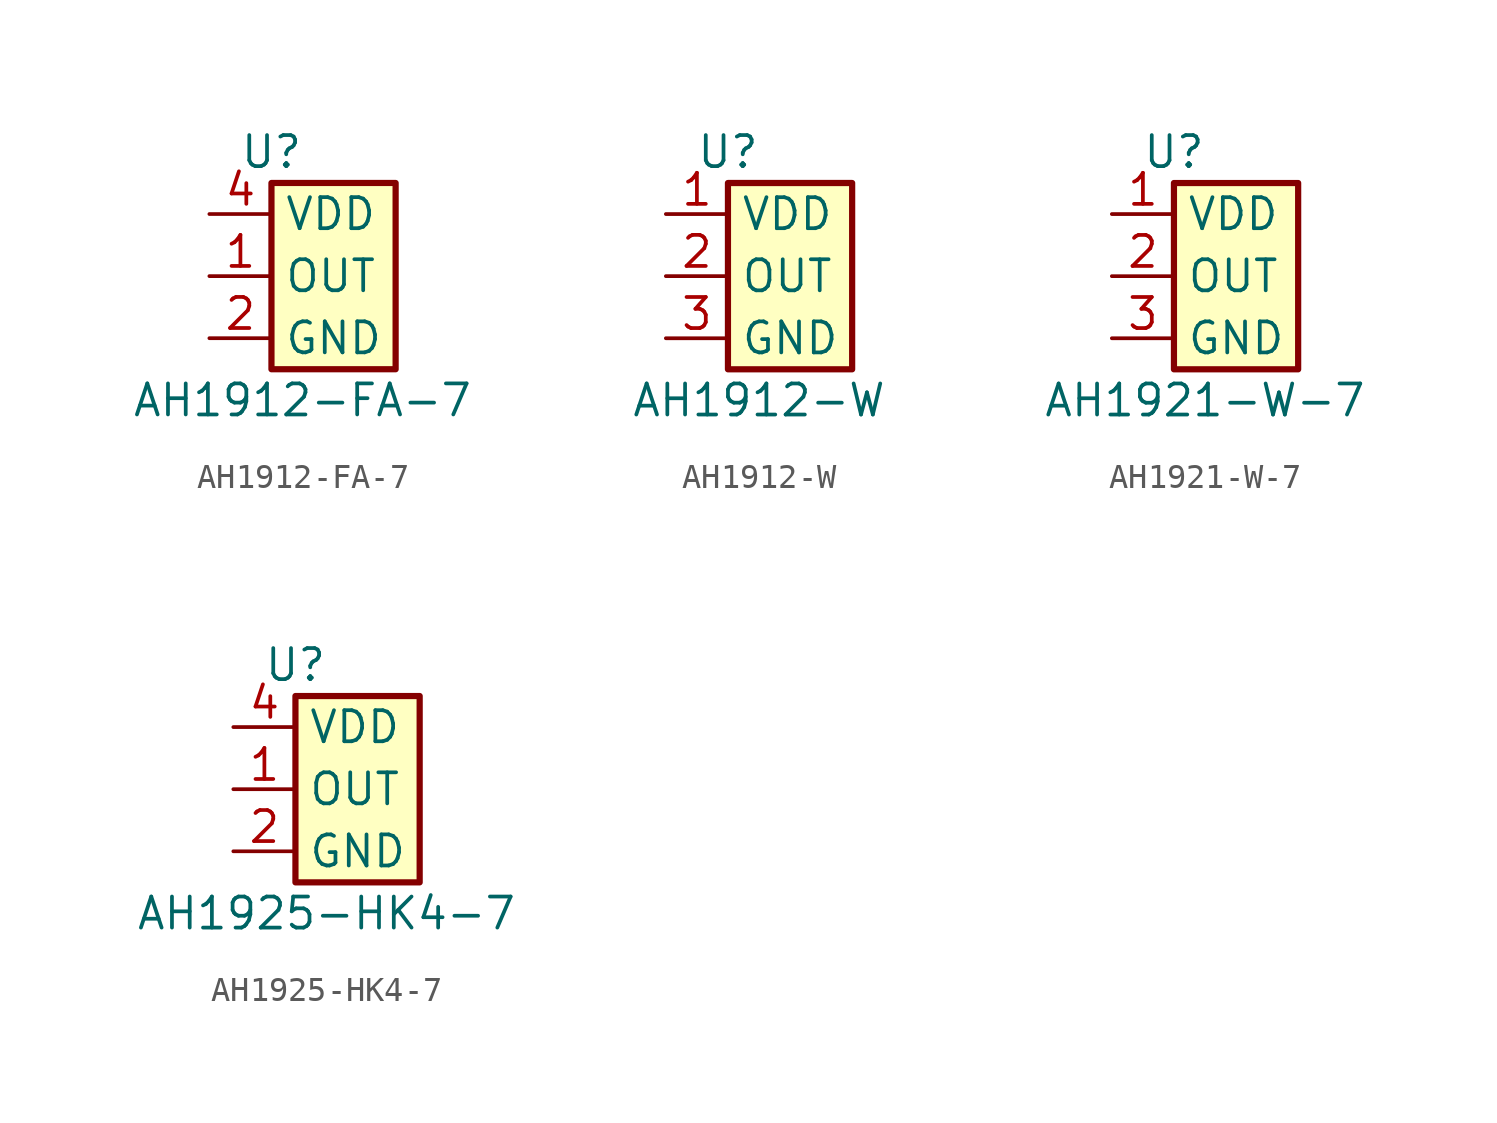
<source format=kicad_sym>
(kicad_symbol_lib
  (version 20220914)
  (generator kicad_symbol_editor)
  (symbol "AH1912-FA-7"
    (property "Reference" "U"
      (at -2.54 5.08 0)
      (effects (font (size 1.27 1.27))))
    (property "Value" "AH1912-FA-7"
      (at -1.27 -5.08 0)
      (effects (font (size 1.27 1.27))))
    (symbol "AH1912-FA-7_0_1"
      (rectangle (start -2.54 3.81) (end 2.54 -3.81) (stroke (width 0.254) (type default)) (fill (type background))))
    (symbol "AH1912-FA-7_1_1"
      (pin output line (at -5.08 0 0) (length 2.54) (name "OUT" (effects (font (size 1.27 1.27)))) (number "1" (effects (font (size 1.27 1.27)))))
      (pin power_in line (at -5.08 -2.54 0) (length 2.54) (name "GND" (effects (font (size 1.27 1.27)))) (number "2" (effects (font (size 1.27 1.27)))))
      (pin no_connect line (at -1.27 -1.27 0) (length 2.54) hide (name "NC" (effects (font (size 1.27 1.27)))) (number "3" (effects (font (size 1.27 1.27)))))
      (pin power_in line (at -5.08 2.54 0) (length 2.54) (name "VDD" (effects (font (size 1.27 1.27)))) (number "4" (effects (font (size 1.27 1.27)))))
      (pin no_connect line (at -1.27 1.27 0) (length 2.54) hide (name "EP" (effects (font (size 1.27 1.27)))) (number "5" (effects (font (size 1.27 1.27)))))))
  (symbol "AH1912-W"
    (property "Reference" "U"
      (at -2.54 5.08 0)
      (effects (font (size 1.27 1.27))))
    (property "Value" "AH1912-W"
      (at -1.27 -5.08 0)
      (effects (font (size 1.27 1.27))))
    (symbol "AH1912-W_0_1"
      (rectangle (start -2.54 3.81) (end 2.54 -3.81) (stroke (width 0.254) (type default)) (fill (type background))))
    (symbol "AH1912-W_1_1"
      (pin power_in line (at -5.08 2.54 0) (length 2.54) (name "VDD" (effects (font (size 1.27 1.27)))) (number "1" (effects (font (size 1.27 1.27)))))
      (pin output line (at -5.08 0 0) (length 2.54) (name "OUT" (effects (font (size 1.27 1.27)))) (number "2" (effects (font (size 1.27 1.27)))))
      (pin power_in line (at -5.08 -2.54 0) (length 2.54) (name "GND" (effects (font (size 1.27 1.27)))) (number "3" (effects (font (size 1.27 1.27)))))))
  (symbol "AH1921-W-7"
    (property "Reference" "U"
      (at -2.54 5.08 0)
      (effects (font (size 1.27 1.27))))
    (property "Value" "AH1921-W-7"
      (at -1.27 -5.08 0)
      (effects (font (size 1.27 1.27))))
    (symbol "AH1921-W-7_0_1"
      (rectangle (start -2.54 3.81) (end 2.54 -3.81) (stroke (width 0.254) (type default)) (fill (type background))))
    (symbol "AH1921-W-7_1_1"
      (pin power_in line (at -5.08 2.54 0) (length 2.54) (name "VDD" (effects (font (size 1.27 1.27)))) (number "1" (effects (font (size 1.27 1.27)))))
      (pin open_collector line (at -5.08 0 0) (length 2.54) (name "OUT" (effects (font (size 1.27 1.27)))) (number "2" (effects (font (size 1.27 1.27)))))
      (pin power_in line (at -5.08 -2.54 0) (length 2.54) (name "GND" (effects (font (size 1.27 1.27)))) (number "3" (effects (font (size 1.27 1.27)))))))
  (symbol "AH1925-HK4-7"
    (property "Reference" "U"
      (at -2.54 5.08 0)
      (effects (font (size 1.27 1.27))))
    (property "Value" "AH1925-HK4-7"
      (at -1.27 -5.08 0)
      (effects (font (size 1.27 1.27))))
    (symbol "AH1925-HK4-7_0_1"
      (rectangle (start -2.54 3.81) (end 2.54 -3.81) (stroke (width 0.254) (type default)) (fill (type background))))
    (symbol "AH1925-HK4-7_1_1"
      (pin open_collector line (at -5.08 0 0) (length 2.54) (name "OUT" (effects (font (size 1.27 1.27)))) (number "1" (effects (font (size 1.27 1.27)))))
      (pin power_in line (at -5.08 -2.54 0) (length 2.54) (name "GND" (effects (font (size 1.27 1.27)))) (number "2" (effects (font (size 1.27 1.27)))))
      (pin no_connect line (at -1.27 -1.27 0) (length 2.54) hide (name "NC" (effects (font (size 1.27 1.27)))) (number "3" (effects (font (size 1.27 1.27)))))
      (pin power_in line (at -5.08 2.54 0) (length 2.54) (name "VDD" (effects (font (size 1.27 1.27)))) (number "4" (effects (font (size 1.27 1.27)))))
      (pin no_connect line (at -1.27 1.27 0) (length 2.54) hide (name "EP" (effects (font (size 1.27 1.27)))) (number "5" (effects (font (size 1.27 1.27))))))))
</source>
